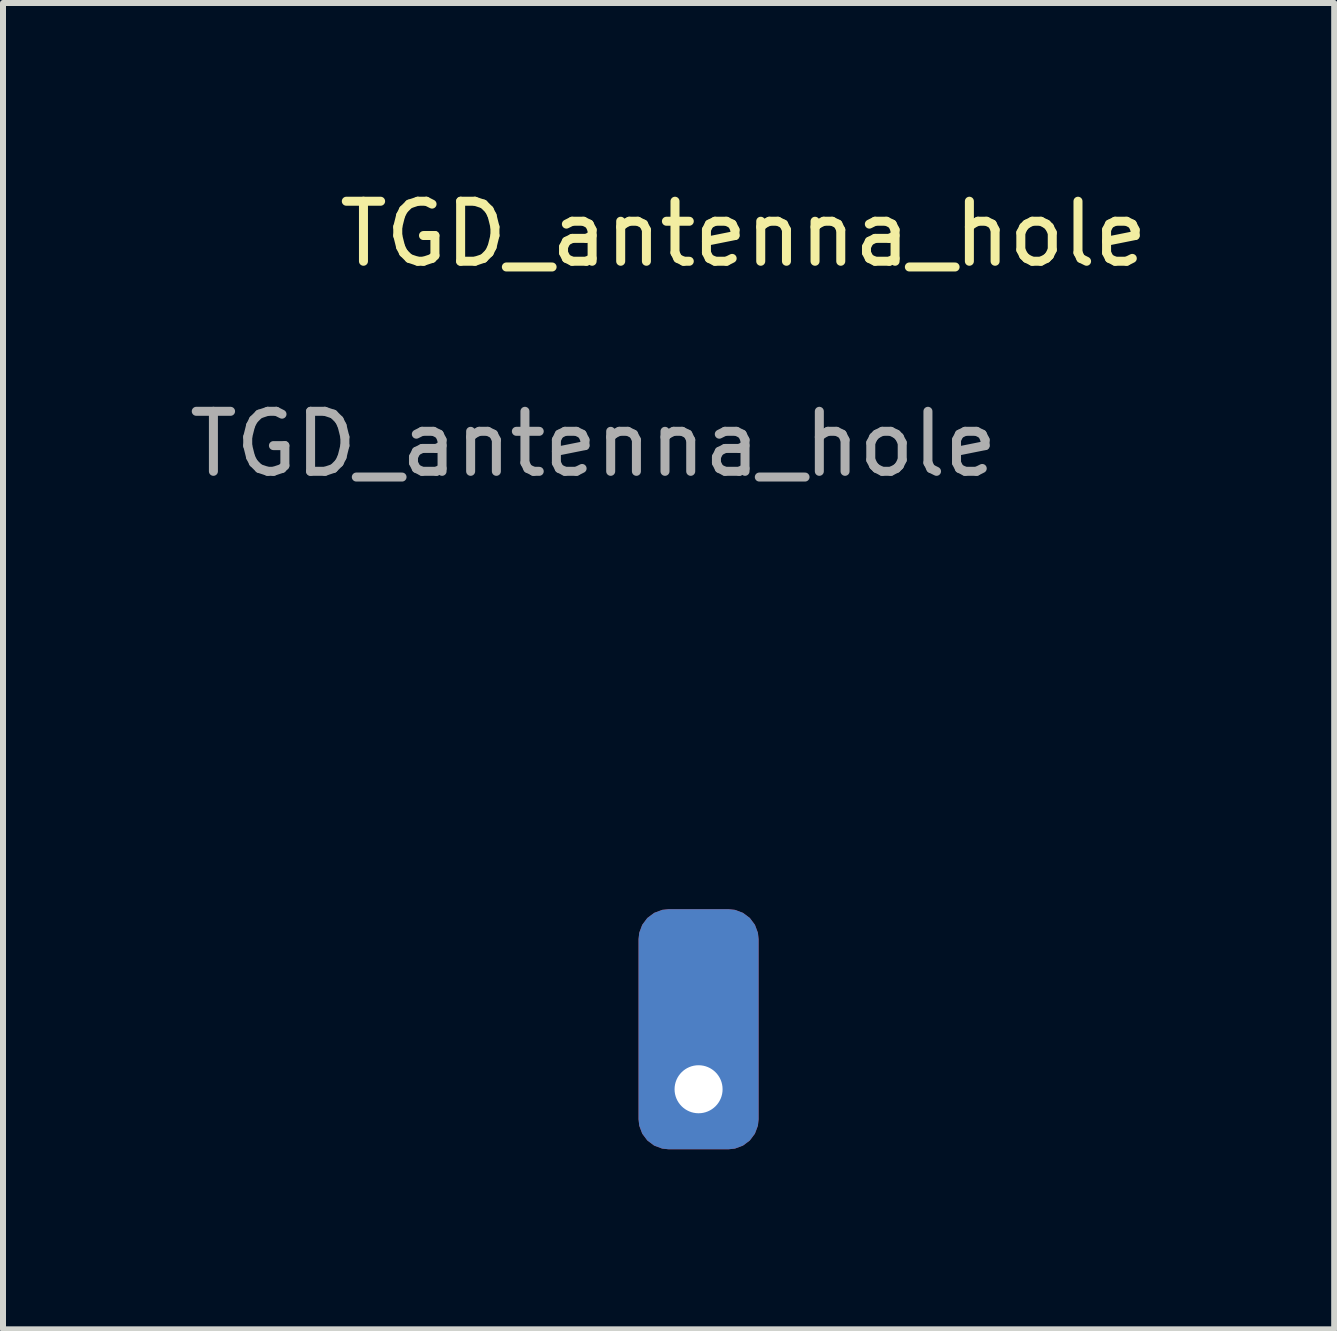
<source format=kicad_pcb>
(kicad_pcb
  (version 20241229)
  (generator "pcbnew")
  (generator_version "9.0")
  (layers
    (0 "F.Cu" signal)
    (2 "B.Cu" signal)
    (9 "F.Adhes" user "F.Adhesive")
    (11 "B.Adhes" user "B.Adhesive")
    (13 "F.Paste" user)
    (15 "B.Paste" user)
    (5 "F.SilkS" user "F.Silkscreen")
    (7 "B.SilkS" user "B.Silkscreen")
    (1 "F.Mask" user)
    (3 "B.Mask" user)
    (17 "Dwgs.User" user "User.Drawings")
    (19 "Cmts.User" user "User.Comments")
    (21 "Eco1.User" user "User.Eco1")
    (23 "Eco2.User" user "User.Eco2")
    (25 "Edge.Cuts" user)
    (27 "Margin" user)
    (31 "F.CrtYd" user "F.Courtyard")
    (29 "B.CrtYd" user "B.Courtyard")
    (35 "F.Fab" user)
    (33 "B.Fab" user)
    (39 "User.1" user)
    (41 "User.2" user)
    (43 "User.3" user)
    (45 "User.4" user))
  (footprint "TGD_antenna_hole"
    (layer "F.Cu")
    (at 8.589 15.098)
    (property "Reference" "TGD_antenna_hole" (at 0.75 -14.25 0) (unlocked yes) (layer "F.SilkS") (effects (font (size 1 1) (thickness 0.15))))
    (attr through_hole)
    (fp_text user "${REFERENCE}" (at -1.75 -10.75 0) (unlocked yes) (layer "F.Fab") (effects (font (size 1 1) (thickness 0.15))))
    (pad "1" thru_hole roundrect (at 0 0) (size 2 4) (drill 0.8 (offset 0 -1)) (layers "*.Cu" "*.Mask") (roundrect_rratio 0.25)))
  (gr_rect
    (start -3 -3)
    (end 19.179 19.098)
    (stroke (width 0.1) (type default))
    (fill no)
    (layer "Edge.Cuts")))
</source>
